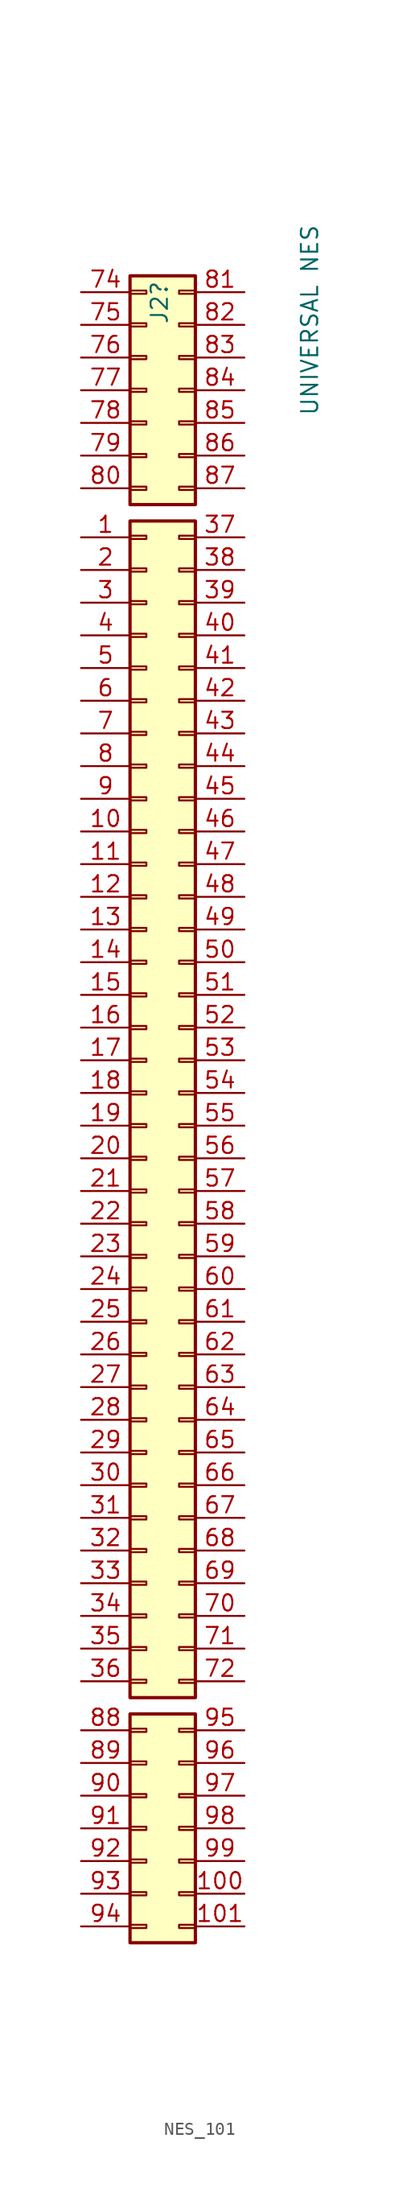
<source format=kicad_sym>
(kicad_symbol_lib
  (version 20231120)
  (generator "kicad_symbol_editor")
  (generator_version "8.0")
  (symbol "NES_101"
    (pin_names
      (offset 1.016) hide)
    (property "Reference" "J2"
      (at 1.016 59.69 90)
      (effects (font (size 1.27 1.27)) (justify left)))
    (property "Value" "UNIVERSAL NES"
      (at 12.7 52.578 90)
      (effects (font (size 1.27 1.27)) (justify left)))
    (symbol "NES_101_1_1"
      (rectangle (start -1.27 -64.643) (end 0 -64.897) (stroke (width 0.152) (type default)) (fill (type none)))
      (rectangle (start -1.27 -62.103) (end 0 -62.357) (stroke (width 0.152) (type default)) (fill (type none)))
      (rectangle (start -1.27 -59.563) (end 0 -59.817) (stroke (width 0.152) (type default)) (fill (type none)))
      (rectangle (start -1.27 -57.023) (end 0 -57.277) (stroke (width 0.152) (type default)) (fill (type none)))
      (rectangle (start -1.27 -54.483) (end 0 -54.737) (stroke (width 0.152) (type default)) (fill (type none)))
      (rectangle (start -1.27 -51.943) (end 0 -52.197) (stroke (width 0.152) (type default)) (fill (type none)))
      (rectangle (start -1.27 -49.403) (end 0 -49.657) (stroke (width 0.152) (type default)) (fill (type none)))
      (rectangle (start -1.27 -48.26) (end 3.81 -66.04) (stroke (width 0.254) (type default)) (fill (type background)))
      (rectangle (start -1.27 -45.593) (end 0 -45.847) (stroke (width 0.152) (type default)) (fill (type none)))
      (rectangle (start -1.27 -43.053) (end 0 -43.307) (stroke (width 0.152) (type default)) (fill (type none)))
      (rectangle (start -1.27 -40.513) (end 0 -40.767) (stroke (width 0.152) (type default)) (fill (type none)))
      (rectangle (start -1.27 -37.973) (end 0 -38.227) (stroke (width 0.152) (type default)) (fill (type none)))
      (rectangle (start -1.27 -35.433) (end 0 -35.687) (stroke (width 0.152) (type default)) (fill (type none)))
      (rectangle (start -1.27 -32.893) (end 0 -33.147) (stroke (width 0.152) (type default)) (fill (type none)))
      (rectangle (start -1.27 -30.353) (end 0 -30.607) (stroke (width 0.152) (type default)) (fill (type none)))
      (rectangle (start -1.27 -27.813) (end 0 -28.067) (stroke (width 0.152) (type default)) (fill (type none)))
      (rectangle (start -1.27 -25.273) (end 0 -25.527) (stroke (width 0.152) (type default)) (fill (type none)))
      (rectangle (start -1.27 -22.733) (end 0 -22.987) (stroke (width 0.152) (type default)) (fill (type none)))
      (rectangle (start -1.27 -20.193) (end 0 -20.447) (stroke (width 0.152) (type default)) (fill (type none)))
      (rectangle (start -1.27 -17.653) (end 0 -17.907) (stroke (width 0.152) (type default)) (fill (type none)))
      (rectangle (start -1.27 -15.113) (end 0 -15.367) (stroke (width 0.152) (type default)) (fill (type none)))
      (rectangle (start -1.27 -12.573) (end 0 -12.827) (stroke (width 0.152) (type default)) (fill (type none)))
      (rectangle (start -1.27 -10.033) (end 0 -10.287) (stroke (width 0.152) (type default)) (fill (type none)))
      (rectangle (start -1.27 -7.493) (end 0 -7.747) (stroke (width 0.152) (type default)) (fill (type none)))
      (rectangle (start -1.27 -4.953) (end 0 -5.207) (stroke (width 0.152) (type default)) (fill (type none)))
      (rectangle (start -1.27 -2.413) (end 0 -2.667) (stroke (width 0.152) (type default)) (fill (type none)))
      (rectangle (start -1.27 0.127) (end 0 -0.127) (stroke (width 0.152) (type default)) (fill (type none)))
      (rectangle (start -1.27 2.667) (end 0 2.413) (stroke (width 0.152) (type default)) (fill (type none)))
      (rectangle (start -1.27 5.207) (end 0 4.953) (stroke (width 0.152) (type default)) (fill (type none)))
      (rectangle (start -1.27 7.747) (end 0 7.493) (stroke (width 0.152) (type default)) (fill (type none)))
      (rectangle (start -1.27 10.287) (end 0 10.033) (stroke (width 0.152) (type default)) (fill (type none)))
      (rectangle (start -1.27 12.827) (end 0 12.573) (stroke (width 0.152) (type default)) (fill (type none)))
      (rectangle (start -1.27 15.367) (end 0 15.113) (stroke (width 0.152) (type default)) (fill (type none)))
      (rectangle (start -1.27 17.907) (end 0 17.653) (stroke (width 0.152) (type default)) (fill (type none)))
      (rectangle (start -1.27 20.447) (end 0 20.193) (stroke (width 0.152) (type default)) (fill (type none)))
      (rectangle (start -1.27 22.987) (end 0 22.733) (stroke (width 0.152) (type default)) (fill (type none)))
      (rectangle (start -1.27 25.527) (end 0 25.273) (stroke (width 0.152) (type default)) (fill (type none)))
      (rectangle (start -1.27 28.067) (end 0 27.813) (stroke (width 0.152) (type default)) (fill (type none)))
      (rectangle (start -1.27 30.607) (end 0 30.353) (stroke (width 0.152) (type default)) (fill (type none)))
      (rectangle (start -1.27 33.147) (end 0 32.893) (stroke (width 0.152) (type default)) (fill (type none)))
      (rectangle (start -1.27 35.687) (end 0 35.433) (stroke (width 0.152) (type default)) (fill (type none)))
      (rectangle (start -1.27 38.227) (end 0 37.973) (stroke (width 0.152) (type default)) (fill (type none)))
      (rectangle (start -1.27 40.767) (end 0 40.513) (stroke (width 0.152) (type default)) (fill (type none)))
      (rectangle (start -1.27 43.307) (end 0 43.053) (stroke (width 0.152) (type default)) (fill (type none)))
      (rectangle (start -1.27 44.45) (end 3.81 -46.99) (stroke (width 0.254) (type default)) (fill (type background)))
      (rectangle (start -1.27 47.117) (end 0 46.863) (stroke (width 0.152) (type default)) (fill (type none)))
      (rectangle (start -1.27 49.657) (end 0 49.403) (stroke (width 0.152) (type default)) (fill (type none)))
      (rectangle (start -1.27 52.197) (end 0 51.943) (stroke (width 0.152) (type default)) (fill (type none)))
      (rectangle (start -1.27 54.737) (end 0 54.483) (stroke (width 0.152) (type default)) (fill (type none)))
      (rectangle (start -1.27 57.277) (end 0 57.023) (stroke (width 0.152) (type default)) (fill (type none)))
      (rectangle (start -1.27 59.817) (end 0 59.563) (stroke (width 0.152) (type default)) (fill (type none)))
      (rectangle (start -1.27 62.357) (end 0 62.103) (stroke (width 0.152) (type default)) (fill (type none)))
      (rectangle (start -1.27 63.5) (end 3.81 45.72) (stroke (width 0.254) (type default)) (fill (type background)))
      (rectangle (start 3.81 -64.897) (end 2.54 -64.643) (stroke (width 0.152) (type default)) (fill (type none)))
      (rectangle (start 3.81 -62.357) (end 2.54 -62.103) (stroke (width 0.152) (type default)) (fill (type none)))
      (rectangle (start 3.81 -59.817) (end 2.54 -59.563) (stroke (width 0.152) (type default)) (fill (type none)))
      (rectangle (start 3.81 -57.277) (end 2.54 -57.023) (stroke (width 0.152) (type default)) (fill (type none)))
      (rectangle (start 3.81 -54.737) (end 2.54 -54.483) (stroke (width 0.152) (type default)) (fill (type none)))
      (rectangle (start 3.81 -52.197) (end 2.54 -51.943) (stroke (width 0.152) (type default)) (fill (type none)))
      (rectangle (start 3.81 -49.657) (end 2.54 -49.403) (stroke (width 0.152) (type default)) (fill (type none)))
      (rectangle (start 3.81 -45.593) (end 2.54 -45.847) (stroke (width 0.152) (type default)) (fill (type none)))
      (rectangle (start 3.81 -43.053) (end 2.54 -43.307) (stroke (width 0.152) (type default)) (fill (type none)))
      (rectangle (start 3.81 -40.513) (end 2.54 -40.767) (stroke (width 0.152) (type default)) (fill (type none)))
      (rectangle (start 3.81 -37.973) (end 2.54 -38.227) (stroke (width 0.152) (type default)) (fill (type none)))
      (rectangle (start 3.81 -35.433) (end 2.54 -35.687) (stroke (width 0.152) (type default)) (fill (type none)))
      (rectangle (start 3.81 -32.893) (end 2.54 -33.147) (stroke (width 0.152) (type default)) (fill (type none)))
      (rectangle (start 3.81 -30.353) (end 2.54 -30.607) (stroke (width 0.152) (type default)) (fill (type none)))
      (rectangle (start 3.81 -27.813) (end 2.54 -28.067) (stroke (width 0.152) (type default)) (fill (type none)))
      (rectangle (start 3.81 -25.273) (end 2.54 -25.527) (stroke (width 0.152) (type default)) (fill (type none)))
      (rectangle (start 3.81 -22.733) (end 2.54 -22.987) (stroke (width 0.152) (type default)) (fill (type none)))
      (rectangle (start 3.81 -20.193) (end 2.54 -20.447) (stroke (width 0.152) (type default)) (fill (type none)))
      (rectangle (start 3.81 -17.653) (end 2.54 -17.907) (stroke (width 0.152) (type default)) (fill (type none)))
      (rectangle (start 3.81 -15.113) (end 2.54 -15.367) (stroke (width 0.152) (type default)) (fill (type none)))
      (rectangle (start 3.81 -12.573) (end 2.54 -12.827) (stroke (width 0.152) (type default)) (fill (type none)))
      (rectangle (start 3.81 -10.033) (end 2.54 -10.287) (stroke (width 0.152) (type default)) (fill (type none)))
      (rectangle (start 3.81 -7.493) (end 2.54 -7.747) (stroke (width 0.152) (type default)) (fill (type none)))
      (rectangle (start 3.81 -4.953) (end 2.54 -5.207) (stroke (width 0.152) (type default)) (fill (type none)))
      (rectangle (start 3.81 -2.413) (end 2.54 -2.667) (stroke (width 0.152) (type default)) (fill (type none)))
      (rectangle (start 3.81 0.127) (end 2.54 -0.127) (stroke (width 0.152) (type default)) (fill (type none)))
      (rectangle (start 3.81 2.667) (end 2.54 2.413) (stroke (width 0.152) (type default)) (fill (type none)))
      (rectangle (start 3.81 5.207) (end 2.54 4.953) (stroke (width 0.152) (type default)) (fill (type none)))
      (rectangle (start 3.81 7.747) (end 2.54 7.493) (stroke (width 0.152) (type default)) (fill (type none)))
      (rectangle (start 3.81 10.287) (end 2.54 10.033) (stroke (width 0.152) (type default)) (fill (type none)))
      (rectangle (start 3.81 12.827) (end 2.54 12.573) (stroke (width 0.152) (type default)) (fill (type none)))
      (rectangle (start 3.81 15.367) (end 2.54 15.113) (stroke (width 0.152) (type default)) (fill (type none)))
      (rectangle (start 3.81 17.907) (end 2.54 17.653) (stroke (width 0.152) (type default)) (fill (type none)))
      (rectangle (start 3.81 20.447) (end 2.54 20.193) (stroke (width 0.152) (type default)) (fill (type none)))
      (rectangle (start 3.81 22.987) (end 2.54 22.733) (stroke (width 0.152) (type default)) (fill (type none)))
      (rectangle (start 3.81 25.527) (end 2.54 25.273) (stroke (width 0.152) (type default)) (fill (type none)))
      (rectangle (start 3.81 28.067) (end 2.54 27.813) (stroke (width 0.152) (type default)) (fill (type none)))
      (rectangle (start 3.81 30.607) (end 2.54 30.353) (stroke (width 0.152) (type default)) (fill (type none)))
      (rectangle (start 3.81 33.147) (end 2.54 32.893) (stroke (width 0.152) (type default)) (fill (type none)))
      (rectangle (start 3.81 35.687) (end 2.54 35.433) (stroke (width 0.152) (type default)) (fill (type none)))
      (rectangle (start 3.81 38.227) (end 2.54 37.973) (stroke (width 0.152) (type default)) (fill (type none)))
      (rectangle (start 3.81 40.767) (end 2.54 40.513) (stroke (width 0.152) (type default)) (fill (type none)))
      (rectangle (start 3.81 43.307) (end 2.54 43.053) (stroke (width 0.152) (type default)) (fill (type none)))
      (rectangle (start 3.81 46.863) (end 2.54 47.117) (stroke (width 0.152) (type default)) (fill (type none)))
      (rectangle (start 3.81 49.403) (end 2.54 49.657) (stroke (width 0.152) (type default)) (fill (type none)))
      (rectangle (start 3.81 51.943) (end 2.54 52.197) (stroke (width 0.152) (type default)) (fill (type none)))
      (rectangle (start 3.81 54.483) (end 2.54 54.737) (stroke (width 0.152) (type default)) (fill (type none)))
      (rectangle (start 3.81 57.023) (end 2.54 57.277) (stroke (width 0.152) (type default)) (fill (type none)))
      (rectangle (start 3.81 59.563) (end 2.54 59.817) (stroke (width 0.152) (type default)) (fill (type none)))
      (rectangle (start 3.81 62.103) (end 2.54 62.357) (stroke (width 0.152) (type default)) (fill (type none)))
      (pin passive line (at -5.08 43.18 0) (length 3.81) (name "Pin_1" (effects (font (size 1.27 1.27)))) (number "1" (effects (font (size 1.27 1.27)))))
      (pin passive line (at -5.08 20.32 0) (length 3.81) (name "Pin_10" (effects (font (size 1.27 1.27)))) (number "10" (effects (font (size 1.27 1.27)))))
      (pin passive line (at 7.62 -62.23 180) (length 3.81) (name "Pin_100" (effects (font (size 1.27 1.27)))) (number "100" (effects (font (size 1.27 1.27)))))
      (pin passive line (at 7.62 -64.77 180) (length 3.81) (name "Pin_101" (effects (font (size 1.27 1.27)))) (number "101" (effects (font (size 1.27 1.27)))))
      (pin passive line (at -5.08 17.78 0) (length 3.81) (name "Pin_11" (effects (font (size 1.27 1.27)))) (number "11" (effects (font (size 1.27 1.27)))))
      (pin passive line (at -5.08 15.24 0) (length 3.81) (name "Pin_12" (effects (font (size 1.27 1.27)))) (number "12" (effects (font (size 1.27 1.27)))))
      (pin passive line (at -5.08 12.7 0) (length 3.81) (name "Pin_13" (effects (font (size 1.27 1.27)))) (number "13" (effects (font (size 1.27 1.27)))))
      (pin passive line (at -5.08 10.16 0) (length 3.81) (name "Pin_14" (effects (font (size 1.27 1.27)))) (number "14" (effects (font (size 1.27 1.27)))))
      (pin passive line (at -5.08 7.62 0) (length 3.81) (name "Pin_15" (effects (font (size 1.27 1.27)))) (number "15" (effects (font (size 1.27 1.27)))))
      (pin passive line (at -5.08 5.08 0) (length 3.81) (name "Pin_16" (effects (font (size 1.27 1.27)))) (number "16" (effects (font (size 1.27 1.27)))))
      (pin passive line (at -5.08 2.54 0) (length 3.81) (name "Pin_17" (effects (font (size 1.27 1.27)))) (number "17" (effects (font (size 1.27 1.27)))))
      (pin passive line (at -5.08 0 0) (length 3.81) (name "Pin_18" (effects (font (size 1.27 1.27)))) (number "18" (effects (font (size 1.27 1.27)))))
      (pin passive line (at -5.08 -2.54 0) (length 3.81) (name "Pin_19" (effects (font (size 1.27 1.27)))) (number "19" (effects (font (size 1.27 1.27)))))
      (pin passive line (at -5.08 40.64 0) (length 3.81) (name "Pin_2" (effects (font (size 1.27 1.27)))) (number "2" (effects (font (size 1.27 1.27)))))
      (pin passive line (at -5.08 -5.08 0) (length 3.81) (name "Pin_20" (effects (font (size 1.27 1.27)))) (number "20" (effects (font (size 1.27 1.27)))))
      (pin passive line (at -5.08 -7.62 0) (length 3.81) (name "Pin_21" (effects (font (size 1.27 1.27)))) (number "21" (effects (font (size 1.27 1.27)))))
      (pin passive line (at -5.08 -10.16 0) (length 3.81) (name "Pin_22" (effects (font (size 1.27 1.27)))) (number "22" (effects (font (size 1.27 1.27)))))
      (pin passive line (at -5.08 -12.7 0) (length 3.81) (name "Pin_23" (effects (font (size 1.27 1.27)))) (number "23" (effects (font (size 1.27 1.27)))))
      (pin passive line (at -5.08 -15.24 0) (length 3.81) (name "Pin_24" (effects (font (size 1.27 1.27)))) (number "24" (effects (font (size 1.27 1.27)))))
      (pin passive line (at -5.08 -17.78 0) (length 3.81) (name "Pin_25" (effects (font (size 1.27 1.27)))) (number "25" (effects (font (size 1.27 1.27)))))
      (pin passive line (at -5.08 -20.32 0) (length 3.81) (name "Pin_26" (effects (font (size 1.27 1.27)))) (number "26" (effects (font (size 1.27 1.27)))))
      (pin passive line (at -5.08 -22.86 0) (length 3.81) (name "Pin_27" (effects (font (size 1.27 1.27)))) (number "27" (effects (font (size 1.27 1.27)))))
      (pin passive line (at -5.08 -25.4 0) (length 3.81) (name "Pin_28" (effects (font (size 1.27 1.27)))) (number "28" (effects (font (size 1.27 1.27)))))
      (pin passive line (at -5.08 -27.94 0) (length 3.81) (name "Pin_29" (effects (font (size 1.27 1.27)))) (number "29" (effects (font (size 1.27 1.27)))))
      (pin passive line (at -5.08 38.1 0) (length 3.81) (name "Pin_3" (effects (font (size 1.27 1.27)))) (number "3" (effects (font (size 1.27 1.27)))))
      (pin passive line (at -5.08 -30.48 0) (length 3.81) (name "Pin_30" (effects (font (size 1.27 1.27)))) (number "30" (effects (font (size 1.27 1.27)))))
      (pin passive line (at -5.08 -33.02 0) (length 3.81) (name "Pin_31" (effects (font (size 1.27 1.27)))) (number "31" (effects (font (size 1.27 1.27)))))
      (pin passive line (at -5.08 -35.56 0) (length 3.81) (name "Pin_32" (effects (font (size 1.27 1.27)))) (number "32" (effects (font (size 1.27 1.27)))))
      (pin passive line (at -5.08 -38.1 0) (length 3.81) (name "Pin_33" (effects (font (size 1.27 1.27)))) (number "33" (effects (font (size 1.27 1.27)))))
      (pin passive line (at -5.08 -40.64 0) (length 3.81) (name "Pin_34" (effects (font (size 1.27 1.27)))) (number "34" (effects (font (size 1.27 1.27)))))
      (pin passive line (at -5.08 -43.18 0) (length 3.81) (name "Pin_35" (effects (font (size 1.27 1.27)))) (number "35" (effects (font (size 1.27 1.27)))))
      (pin passive line (at -5.08 -45.72 0) (length 3.81) (name "Pin_36" (effects (font (size 1.27 1.27)))) (number "36" (effects (font (size 1.27 1.27)))))
      (pin passive line (at 7.62 43.18 180) (length 3.81) (name "Pin_37" (effects (font (size 1.27 1.27)))) (number "37" (effects (font (size 1.27 1.27)))))
      (pin passive line (at 7.62 40.64 180) (length 3.81) (name "Pin_38" (effects (font (size 1.27 1.27)))) (number "38" (effects (font (size 1.27 1.27)))))
      (pin passive line (at 7.62 38.1 180) (length 3.81) (name "Pin_39" (effects (font (size 1.27 1.27)))) (number "39" (effects (font (size 1.27 1.27)))))
      (pin passive line (at -5.08 35.56 0) (length 3.81) (name "Pin_4" (effects (font (size 1.27 1.27)))) (number "4" (effects (font (size 1.27 1.27)))))
      (pin passive line (at 7.62 35.56 180) (length 3.81) (name "Pin_40" (effects (font (size 1.27 1.27)))) (number "40" (effects (font (size 1.27 1.27)))))
      (pin passive line (at 7.62 33.02 180) (length 3.81) (name "Pin_41" (effects (font (size 1.27 1.27)))) (number "41" (effects (font (size 1.27 1.27)))))
      (pin passive line (at 7.62 30.48 180) (length 3.81) (name "Pin_42" (effects (font (size 1.27 1.27)))) (number "42" (effects (font (size 1.27 1.27)))))
      (pin passive line (at 7.62 27.94 180) (length 3.81) (name "Pin_43" (effects (font (size 1.27 1.27)))) (number "43" (effects (font (size 1.27 1.27)))))
      (pin passive line (at 7.62 25.4 180) (length 3.81) (name "Pin_44" (effects (font (size 1.27 1.27)))) (number "44" (effects (font (size 1.27 1.27)))))
      (pin passive line (at 7.62 22.86 180) (length 3.81) (name "Pin_45" (effects (font (size 1.27 1.27)))) (number "45" (effects (font (size 1.27 1.27)))))
      (pin passive line (at 7.62 20.32 180) (length 3.81) (name "Pin_46" (effects (font (size 1.27 1.27)))) (number "46" (effects (font (size 1.27 1.27)))))
      (pin passive line (at 7.62 17.78 180) (length 3.81) (name "Pin_47" (effects (font (size 1.27 1.27)))) (number "47" (effects (font (size 1.27 1.27)))))
      (pin passive line (at 7.62 15.24 180) (length 3.81) (name "Pin_48" (effects (font (size 1.27 1.27)))) (number "48" (effects (font (size 1.27 1.27)))))
      (pin passive line (at 7.62 12.7 180) (length 3.81) (name "Pin_49" (effects (font (size 1.27 1.27)))) (number "49" (effects (font (size 1.27 1.27)))))
      (pin passive line (at -5.08 33.02 0) (length 3.81) (name "Pin_5" (effects (font (size 1.27 1.27)))) (number "5" (effects (font (size 1.27 1.27)))))
      (pin passive line (at 7.62 10.16 180) (length 3.81) (name "Pin_50" (effects (font (size 1.27 1.27)))) (number "50" (effects (font (size 1.27 1.27)))))
      (pin passive line (at 7.62 7.62 180) (length 3.81) (name "Pin_51" (effects (font (size 1.27 1.27)))) (number "51" (effects (font (size 1.27 1.27)))))
      (pin passive line (at 7.62 5.08 180) (length 3.81) (name "Pin_52" (effects (font (size 1.27 1.27)))) (number "52" (effects (font (size 1.27 1.27)))))
      (pin passive line (at 7.62 2.54 180) (length 3.81) (name "Pin_53" (effects (font (size 1.27 1.27)))) (number "53" (effects (font (size 1.27 1.27)))))
      (pin passive line (at 7.62 0 180) (length 3.81) (name "Pin_54" (effects (font (size 1.27 1.27)))) (number "54" (effects (font (size 1.27 1.27)))))
      (pin passive line (at 7.62 -2.54 180) (length 3.81) (name "Pin_55" (effects (font (size 1.27 1.27)))) (number "55" (effects (font (size 1.27 1.27)))))
      (pin passive line (at 7.62 -5.08 180) (length 3.81) (name "Pin_56" (effects (font (size 1.27 1.27)))) (number "56" (effects (font (size 1.27 1.27)))))
      (pin passive line (at 7.62 -7.62 180) (length 3.81) (name "Pin_57" (effects (font (size 1.27 1.27)))) (number "57" (effects (font (size 1.27 1.27)))))
      (pin passive line (at 7.62 -10.16 180) (length 3.81) (name "Pin_58" (effects (font (size 1.27 1.27)))) (number "58" (effects (font (size 1.27 1.27)))))
      (pin passive line (at 7.62 -12.7 180) (length 3.81) (name "Pin_59" (effects (font (size 1.27 1.27)))) (number "59" (effects (font (size 1.27 1.27)))))
      (pin passive line (at -5.08 30.48 0) (length 3.81) (name "Pin_6" (effects (font (size 1.27 1.27)))) (number "6" (effects (font (size 1.27 1.27)))))
      (pin passive line (at 7.62 -15.24 180) (length 3.81) (name "Pin_60" (effects (font (size 1.27 1.27)))) (number "60" (effects (font (size 1.27 1.27)))))
      (pin passive line (at 7.62 -17.78 180) (length 3.81) (name "Pin_61" (effects (font (size 1.27 1.27)))) (number "61" (effects (font (size 1.27 1.27)))))
      (pin passive line (at 7.62 -20.32 180) (length 3.81) (name "Pin_62" (effects (font (size 1.27 1.27)))) (number "62" (effects (font (size 1.27 1.27)))))
      (pin passive line (at 7.62 -22.86 180) (length 3.81) (name "Pin_63" (effects (font (size 1.27 1.27)))) (number "63" (effects (font (size 1.27 1.27)))))
      (pin passive line (at 7.62 -25.4 180) (length 3.81) (name "Pin_64" (effects (font (size 1.27 1.27)))) (number "64" (effects (font (size 1.27 1.27)))))
      (pin passive line (at 7.62 -27.94 180) (length 3.81) (name "Pin_65" (effects (font (size 1.27 1.27)))) (number "65" (effects (font (size 1.27 1.27)))))
      (pin passive line (at 7.62 -30.48 180) (length 3.81) (name "Pin_66" (effects (font (size 1.27 1.27)))) (number "66" (effects (font (size 1.27 1.27)))))
      (pin passive line (at 7.62 -33.02 180) (length 3.81) (name "Pin_67" (effects (font (size 1.27 1.27)))) (number "67" (effects (font (size 1.27 1.27)))))
      (pin passive line (at 7.62 -35.56 180) (length 3.81) (name "Pin_68" (effects (font (size 1.27 1.27)))) (number "68" (effects (font (size 1.27 1.27)))))
      (pin passive line (at 7.62 -38.1 180) (length 3.81) (name "Pin_69" (effects (font (size 1.27 1.27)))) (number "69" (effects (font (size 1.27 1.27)))))
      (pin passive line (at -5.08 27.94 0) (length 3.81) (name "Pin_7" (effects (font (size 1.27 1.27)))) (number "7" (effects (font (size 1.27 1.27)))))
      (pin passive line (at 7.62 -40.64 180) (length 3.81) (name "Pin_70" (effects (font (size 1.27 1.27)))) (number "70" (effects (font (size 1.27 1.27)))))
      (pin passive line (at 7.62 -43.18 180) (length 3.81) (name "Pin_71" (effects (font (size 1.27 1.27)))) (number "71" (effects (font (size 1.27 1.27)))))
      (pin passive line (at 7.62 -45.72 180) (length 3.81) (name "Pin_72" (effects (font (size 1.27 1.27)))) (number "72" (effects (font (size 1.27 1.27)))))
      (pin passive line (at -5.08 62.23 0) (length 3.81) (name "Pin_74" (effects (font (size 1.27 1.27)))) (number "74" (effects (font (size 1.27 1.27)))))
      (pin passive line (at -5.08 59.69 0) (length 3.81) (name "Pin_75" (effects (font (size 1.27 1.27)))) (number "75" (effects (font (size 1.27 1.27)))))
      (pin passive line (at -5.08 57.15 0) (length 3.81) (name "Pin_76" (effects (font (size 1.27 1.27)))) (number "76" (effects (font (size 1.27 1.27)))))
      (pin passive line (at -5.08 54.61 0) (length 3.81) (name "Pin_77" (effects (font (size 1.27 1.27)))) (number "77" (effects (font (size 1.27 1.27)))))
      (pin passive line (at -5.08 52.07 0) (length 3.81) (name "Pin_78" (effects (font (size 1.27 1.27)))) (number "78" (effects (font (size 1.27 1.27)))))
      (pin passive line (at -5.08 49.53 0) (length 3.81) (name "Pin_79" (effects (font (size 1.27 1.27)))) (number "79" (effects (font (size 1.27 1.27)))))
      (pin passive line (at -5.08 25.4 0) (length 3.81) (name "Pin_8" (effects (font (size 1.27 1.27)))) (number "8" (effects (font (size 1.27 1.27)))))
      (pin passive line (at -5.08 46.99 0) (length 3.81) (name "Pin_80" (effects (font (size 1.27 1.27)))) (number "80" (effects (font (size 1.27 1.27)))))
      (pin passive line (at 7.62 62.23 180) (length 3.81) (name "Pin_81" (effects (font (size 1.27 1.27)))) (number "81" (effects (font (size 1.27 1.27)))))
      (pin passive line (at 7.62 59.69 180) (length 3.81) (name "Pin_82" (effects (font (size 1.27 1.27)))) (number "82" (effects (font (size 1.27 1.27)))))
      (pin passive line (at 7.62 57.15 180) (length 3.81) (name "Pin_83" (effects (font (size 1.27 1.27)))) (number "83" (effects (font (size 1.27 1.27)))))
      (pin passive line (at 7.62 54.61 180) (length 3.81) (name "Pin_84" (effects (font (size 1.27 1.27)))) (number "84" (effects (font (size 1.27 1.27)))))
      (pin passive line (at 7.62 52.07 180) (length 3.81) (name "Pin_85" (effects (font (size 1.27 1.27)))) (number "85" (effects (font (size 1.27 1.27)))))
      (pin passive line (at 7.62 49.53 180) (length 3.81) (name "Pin_86" (effects (font (size 1.27 1.27)))) (number "86" (effects (font (size 1.27 1.27)))))
      (pin passive line (at 7.62 46.99 180) (length 3.81) (name "Pin_87" (effects (font (size 1.27 1.27)))) (number "87" (effects (font (size 1.27 1.27)))))
      (pin passive line (at -5.08 -49.53 0) (length 3.81) (name "Pin_88" (effects (font (size 1.27 1.27)))) (number "88" (effects (font (size 1.27 1.27)))))
      (pin passive line (at -5.08 -52.07 0) (length 3.81) (name "Pin_89" (effects (font (size 1.27 1.27)))) (number "89" (effects (font (size 1.27 1.27)))))
      (pin passive line (at -5.08 22.86 0) (length 3.81) (name "Pin_9" (effects (font (size 1.27 1.27)))) (number "9" (effects (font (size 1.27 1.27)))))
      (pin passive line (at -5.08 -54.61 0) (length 3.81) (name "Pin_90" (effects (font (size 1.27 1.27)))) (number "90" (effects (font (size 1.27 1.27)))))
      (pin passive line (at -5.08 -57.15 0) (length 3.81) (name "Pin_91" (effects (font (size 1.27 1.27)))) (number "91" (effects (font (size 1.27 1.27)))))
      (pin passive line (at -5.08 -59.69 0) (length 3.81) (name "Pin_92" (effects (font (size 1.27 1.27)))) (number "92" (effects (font (size 1.27 1.27)))))
      (pin passive line (at -5.08 -62.23 0) (length 3.81) (name "Pin_93" (effects (font (size 1.27 1.27)))) (number "93" (effects (font (size 1.27 1.27)))))
      (pin passive line (at -5.08 -64.77 0) (length 3.81) (name "Pin_94" (effects (font (size 1.27 1.27)))) (number "94" (effects (font (size 1.27 1.27)))))
      (pin passive line (at 7.62 -49.53 180) (length 3.81) (name "Pin_95" (effects (font (size 1.27 1.27)))) (number "95" (effects (font (size 1.27 1.27)))))
      (pin passive line (at 7.62 -52.07 180) (length 3.81) (name "Pin_96" (effects (font (size 1.27 1.27)))) (number "96" (effects (font (size 1.27 1.27)))))
      (pin passive line (at 7.62 -54.61 180) (length 3.81) (name "Pin_97" (effects (font (size 1.27 1.27)))) (number "97" (effects (font (size 1.27 1.27)))))
      (pin passive line (at 7.62 -57.15 180) (length 3.81) (name "Pin_98" (effects (font (size 1.27 1.27)))) (number "98" (effects (font (size 1.27 1.27)))))
      (pin passive line (at 7.62 -59.69 180) (length 3.81) (name "Pin_99" (effects (font (size 1.27 1.27)))) (number "99" (effects (font (size 1.27 1.27))))))))
</source>
